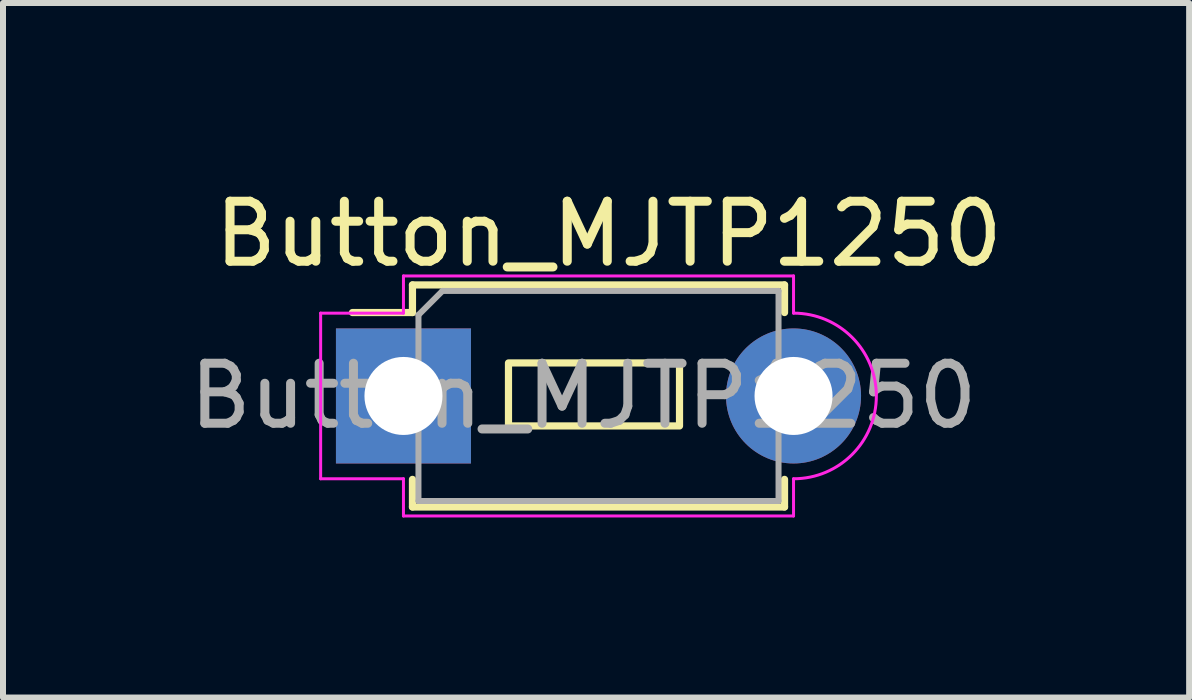
<source format=kicad_pcb>
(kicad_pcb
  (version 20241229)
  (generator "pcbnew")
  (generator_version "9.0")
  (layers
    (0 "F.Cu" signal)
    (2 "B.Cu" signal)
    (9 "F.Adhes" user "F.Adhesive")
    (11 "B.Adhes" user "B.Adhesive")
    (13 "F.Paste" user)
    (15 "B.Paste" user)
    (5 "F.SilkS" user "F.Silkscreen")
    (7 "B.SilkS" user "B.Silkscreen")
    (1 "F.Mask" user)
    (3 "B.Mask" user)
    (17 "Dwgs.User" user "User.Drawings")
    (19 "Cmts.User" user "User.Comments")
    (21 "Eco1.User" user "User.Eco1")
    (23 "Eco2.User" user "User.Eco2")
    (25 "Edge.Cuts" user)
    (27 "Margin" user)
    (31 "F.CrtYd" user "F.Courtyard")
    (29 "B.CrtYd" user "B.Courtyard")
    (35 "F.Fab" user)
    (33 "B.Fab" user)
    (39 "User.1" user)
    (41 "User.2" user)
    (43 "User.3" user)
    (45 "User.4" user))
  (footprint "Button_MJTP1250"
    (layer "F.Cu")
    (at 3.673 3.548)
    (property "Reference" "Button_MJTP1250" (at 3.42 -2.7 0) (layer "F.SilkS") (effects (font (size 1 1) (thickness 0.15))))
    (attr through_hole)
    (fp_line (start 0.15 -1.85) (end 0.15 -1.39) (stroke (width 0.12) (type default)) (layer "F.SilkS"))
    (fp_line (start 0.15 -1.39) (end -0.85 -1.39) (stroke (width 0.12) (type default)) (layer "F.SilkS"))
    (fp_line (start 0.15 1.39) (end 0.15 1.85) (stroke (width 0.12) (type solid)) (layer "F.SilkS"))
    (fp_line (start 0.15 1.85) (end 6.35 1.85) (stroke (width 0.12) (type solid)) (layer "F.SilkS"))
    (fp_line (start 6.35 -1.85) (end 0.15 -1.85) (stroke (width 0.12) (type solid)) (layer "F.SilkS"))
    (fp_line (start 6.35 -1.85) (end 6.35 -1.39) (stroke (width 0.12) (type solid)) (layer "F.SilkS"))
    (fp_line (start 6.35 1.39) (end 6.35 1.85) (stroke (width 0.12) (type solid)) (layer "F.SilkS"))
    (fp_rect (start 1.75 -0.55) (end 4.6 0.5) (stroke (width 0.12) (type default)) (fill no) (layer "F.SilkS"))
    (fp_line (start -1.38 -1.38) (end 0 -1.38) (stroke (width 0.05) (type default)) (layer "F.CrtYd"))
    (fp_line (start -1.38 1.38) (end -1.38 -1.38) (stroke (width 0.05) (type solid)) (layer "F.CrtYd"))
    (fp_line (start -1.38 1.38) (end 0 1.38) (stroke (width 0.05) (type default)) (layer "F.CrtYd"))
    (fp_line (start 0 -2) (end 0 -1.38) (stroke (width 0.05) (type default)) (layer "F.CrtYd"))
    (fp_line (start 0 -2) (end 6.5 -2) (stroke (width 0.05) (type solid)) (layer "F.CrtYd"))
    (fp_line (start 0 1.38) (end 0 2) (stroke (width 0.05) (type default)) (layer "F.CrtYd"))
    (fp_line (start 6.5 -2) (end 6.5 -1.38) (stroke (width 0.05) (type default)) (layer "F.CrtYd"))
    (fp_line (start 6.5 1.38) (end 6.5 2) (stroke (width 0.05) (type default)) (layer "F.CrtYd"))
    (fp_line (start 6.5 2) (end 0 2) (stroke (width 0.05) (type solid)) (layer "F.CrtYd"))
    (fp_arc (start 6.5 -1.38) (mid 7.88 0) (end 6.5 1.38) (stroke (width 0.05) (type default)) (layer "F.CrtYd"))
    (fp_line (start 0.25 1.75) (end 0.25 -1.35) (stroke (width 0.1) (type solid)) (layer "F.Fab"))
    (fp_line (start 0.65 -1.75) (end 0.25 -1.35) (stroke (width 0.1) (type default)) (layer "F.Fab"))
    (fp_line (start 0.65 -1.75) (end 6.25 -1.75) (stroke (width 0.1) (type solid)) (layer "F.Fab"))
    (fp_line (start 6.25 -1.75) (end 6.25 1.75) (stroke (width 0.1) (type solid)) (layer "F.Fab"))
    (fp_line (start 6.25 1.75) (end 0.25 1.75) (stroke (width 0.1) (type solid)) (layer "F.Fab"))
    (fp_text user "${REFERENCE}" (at 3 0 0) (layer "F.Fab") (effects (font (size 1 1) (thickness 0.15))))
    (pad "1" thru_hole rect (at 0 0 90) (size 2.25 2.25) (drill 1.3) (layers "*.Cu" "*.Mask"))
    (pad "2" thru_hole circle (at 6.5 0 90) (size 2.25 2.25) (drill 1.3) (layers "*.Cu" "*.Mask")))
  (gr_rect
    (start -3 -3)
    (end 16.765 8.573)
    (stroke (width 0.1) (type default))
    (fill no)
    (layer "Edge.Cuts")))
</source>
